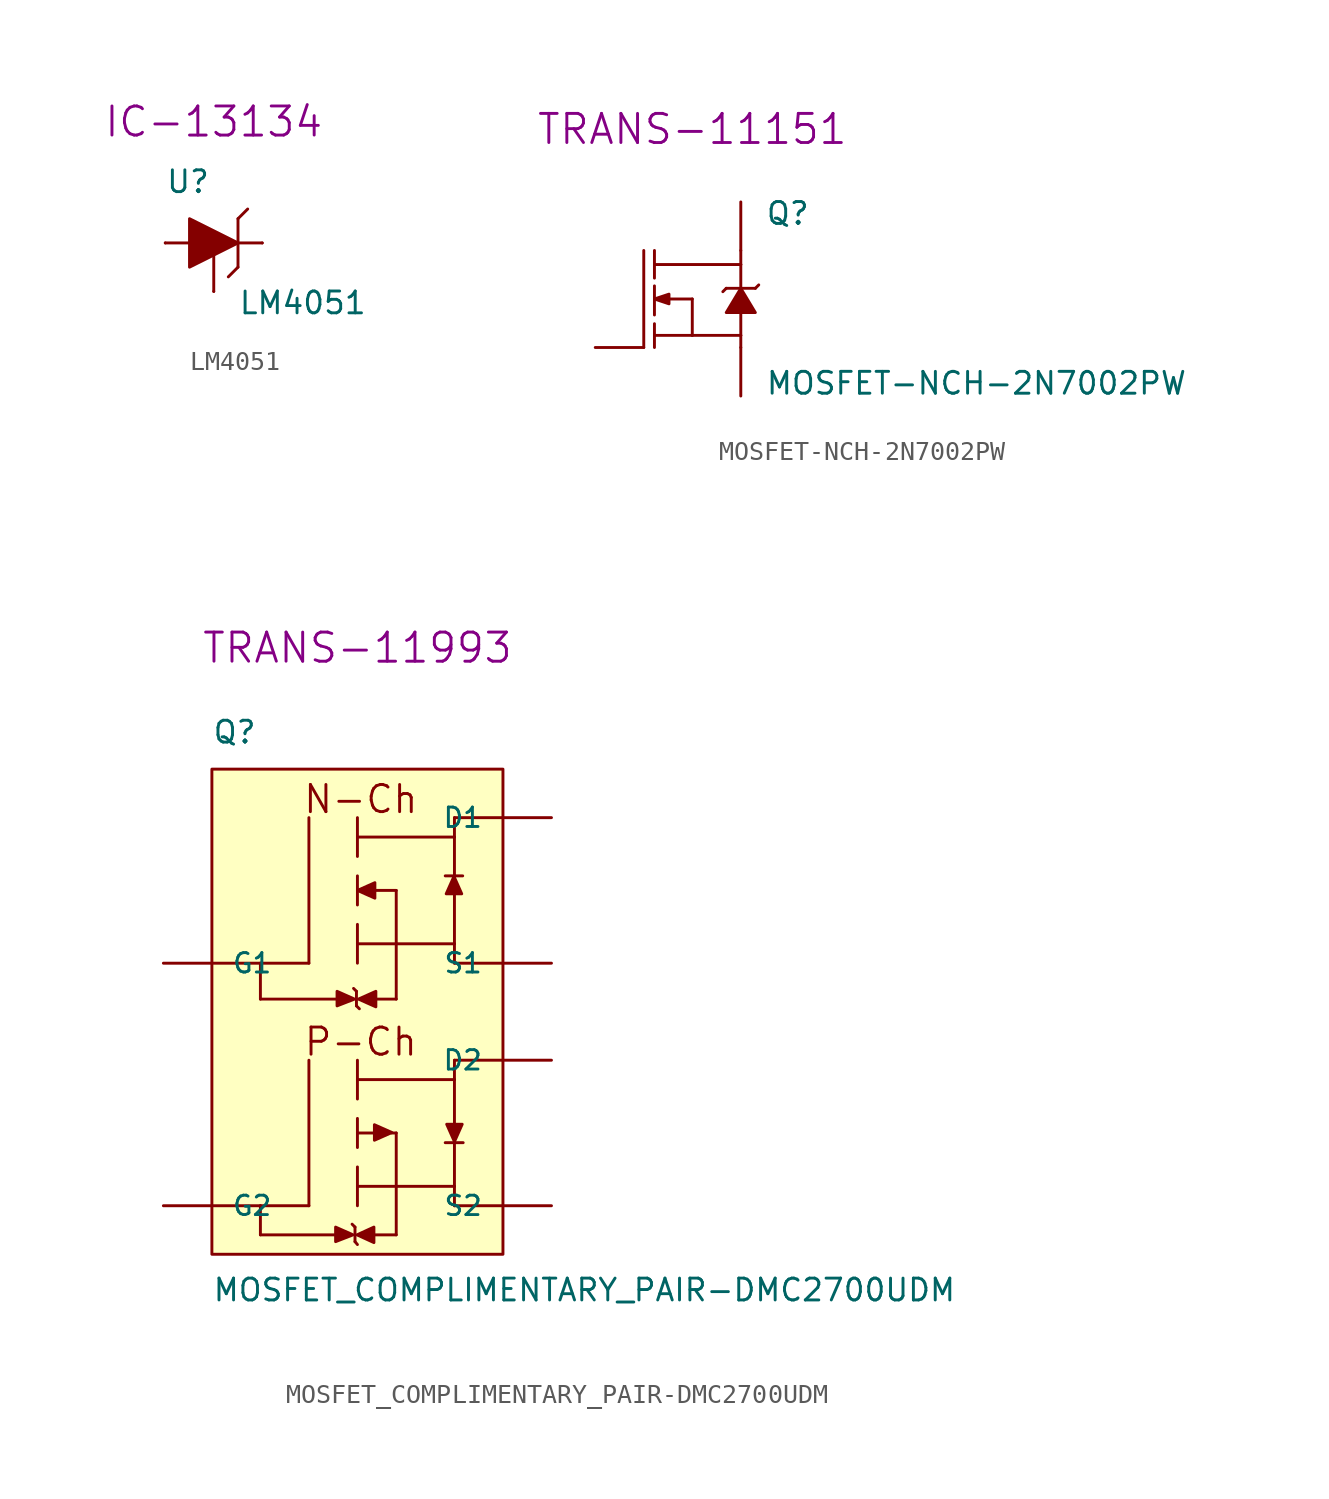
<source format=kicad_sym>
(kicad_symbol_lib
  (version 20201005)
  (generator kicad_symbol_editor)
  (symbol "LM4051"
    (pin_numbers hide)
    (pin_names
      (offset 1.016) hide)
    (property "Reference" "U"
      (at -2.54 2.54 0)
      (effects (font (size 1.143 1.143)) (justify left bottom)))
    (property "Value" "LM4051"
      (at 1.27 -3.81 0)
      (effects (font (size 1.143 1.143)) (justify left bottom)))
    (property "Field4" "IC-13134"
      (at 0 6.35 0)
      (effects (font (size 1.524 1.524))))
    (property "ki_locked" ""
      (at 0 0 0)
      (effects (font (size 1.27 1.27))))
    (symbol "LM4051_1_0"
      (polyline (pts (xy -2.54 0) (xy -1.27 0)) (stroke (width 0)) (fill (type none)))
      (polyline (pts (xy 0 -2.54) (xy 0 -0.66)) (stroke (width 0)) (fill (type none)))
      (polyline (pts (xy 1.27 -1.27) (xy 0.762 -1.778)) (stroke (width 0)) (fill (type none)))
      (polyline (pts (xy 1.27 0) (xy 1.27 -1.27)) (stroke (width 0)) (fill (type none)))
      (polyline (pts (xy 1.27 1.27) (xy 1.27 0)) (stroke (width 0)) (fill (type none)))
      (polyline (pts (xy 1.27 1.27) (xy 1.778 1.778)) (stroke (width 0)) (fill (type none)))
      (polyline (pts (xy 2.54 0) (xy 1.27 0)) (stroke (width 0)) (fill (type none))))
    (symbol "LM4051_1_1"
      (polyline (pts (xy -1.27 -1.27) (xy 1.27 0) (xy 1.27 0) (xy -1.27 1.27) (xy -1.27 1.27) (xy -1.27 -1.27)) (stroke (width 0)) (fill (type outline)))
      (pin bidirectional line (at 0 -2.54 180) (length 0) (name "ADJ" (effects (font (size 1.016 1.016)))) (number "1" (effects (font (size 1.016 1.016)))))
      (pin passive line (at 2.54 0 270) (length 0) (name "C" (effects (font (size 1.016 1.016)))) (number "2" (effects (font (size 1.016 1.016)))))
      (pin passive line (at -2.54 0 90) (length 0) (name "A" (effects (font (size 1.016 1.016)))) (number "3" (effects (font (size 1.016 1.016)))))))
  (symbol "MOSFET-NCH-2N7002PW"
    (pin_numbers hide)
    (pin_names
      (offset 1.016) hide)
    (property "Reference" "Q"
      (at 3.81 3.81 0)
      (effects (font (size 1.143 1.143)) (justify left bottom)))
    (property "Value" "MOSFET-NCH-2N7002PW"
      (at 3.81 -5.08 0)
      (effects (font (size 1.143 1.143)) (justify left bottom)))
    (property "Field4" "TRANS-11151"
      (at 0 8.89 0)
      (effects (font (size 1.524 1.524))))
    (property "ki_locked" ""
      (at 0 0 0)
      (effects (font (size 1.27 1.27))))
    (symbol "MOSFET-NCH-2N7002PW_1_0"
      (polyline (pts (xy -2.54 -2.54) (xy -2.54 2.54)) (stroke (width 0)) (fill (type none)))
      (polyline (pts (xy -1.981 -1.905) (xy -1.981 -2.54)) (stroke (width 0)) (fill (type none)))
      (polyline (pts (xy -1.981 -1.905) (xy 0 -1.905)) (stroke (width 0)) (fill (type none)))
      (polyline (pts (xy -1.981 -1.295) (xy -1.981 -1.905)) (stroke (width 0)) (fill (type none)))
      (polyline (pts (xy -1.981 0.686) (xy -1.981 -0.838)) (stroke (width 0)) (fill (type none)))
      (polyline (pts (xy -1.981 1.803) (xy -1.981 1.092)) (stroke (width 0)) (fill (type none)))
      (polyline (pts (xy -1.981 1.803) (xy 2.54 1.803)) (stroke (width 0)) (fill (type none)))
      (polyline (pts (xy -1.981 2.54) (xy -1.981 1.803)) (stroke (width 0)) (fill (type none)))
      (polyline (pts (xy 0 -1.905) (xy 0 0)) (stroke (width 0)) (fill (type none)))
      (polyline (pts (xy 0 0) (xy -1.219 0)) (stroke (width 0)) (fill (type none)))
      (polyline (pts (xy 1.6 0.381) (xy 1.778 0.559)) (stroke (width 0)) (fill (type none)))
      (polyline (pts (xy 2.54 -2.54) (xy 2.54 -1.905)) (stroke (width 0)) (fill (type none)))
      (polyline (pts (xy 2.54 -1.905) (xy 0 -1.905)) (stroke (width 0)) (fill (type none)))
      (polyline (pts (xy 2.54 -0.711) (xy 2.54 -1.905)) (stroke (width 0)) (fill (type none)))
      (polyline (pts (xy 2.54 0.559) (xy 1.778 0.559)) (stroke (width 0)) (fill (type none)))
      (polyline (pts (xy 2.54 0.559) (xy 3.302 0.559)) (stroke (width 0)) (fill (type none)))
      (polyline (pts (xy 2.54 1.803) (xy 2.54 0.559)) (stroke (width 0)) (fill (type none)))
      (polyline (pts (xy 2.54 2.54) (xy 2.54 1.803)) (stroke (width 0)) (fill (type none)))
      (polyline (pts (xy 3.302 0.559) (xy 3.48 0.737)) (stroke (width 0)) (fill (type none))))
    (symbol "MOSFET-NCH-2N7002PW_1_1"
      (polyline (pts (xy -1.981 0) (xy -1.219 0.254) (xy -1.219 0.254) (xy -1.219 -0.254) (xy -1.219 -0.254) (xy -1.981 0)) (stroke (width 0)) (fill (type outline)))
      (polyline (pts (xy 1.778 -0.711) (xy 2.54 0.559) (xy 2.54 0.559) (xy 3.302 -0.711) (xy 3.302 -0.711) (xy 1.778 -0.711)) (stroke (width 0)) (fill (type outline)))
      (pin bidirectional line (at -5.08 -2.54 0) (length 2.54) (name "G" (effects (font (size 1.016 1.016)))) (number "1" (effects (font (size 1.016 1.016)))))
      (pin bidirectional line (at 2.54 -5.08 90) (length 2.54) (name "S" (effects (font (size 1.016 1.016)))) (number "2" (effects (font (size 1.016 1.016)))))
      (pin bidirectional line (at 2.54 5.08 270) (length 2.54) (name "D" (effects (font (size 1.016 1.016)))) (number "3" (effects (font (size 1.016 1.016)))))))
  (symbol "MOSFET_COMPLIMENTARY_PAIR-DMC2700UDM"
    (pin_numbers hide)
    (pin_names
      (offset 1.016))
    (property "Reference" "Q"
      (at -7.62 13.97 0)
      (effects (font (size 1.143 1.143)) (justify left bottom)))
    (property "Value" "MOSFET_COMPLIMENTARY_PAIR-DMC2700UDM"
      (at -7.62 -15.24 0)
      (effects (font (size 1.143 1.143)) (justify left bottom)))
    (property "Field4" "TRANS-11993"
      (at 0 19.05 0)
      (effects (font (size 1.524 1.524))))
    (property "ki_locked" ""
      (at 0 0 0)
      (effects (font (size 1.27 1.27))))
    (symbol "MOSFET_COMPLIMENTARY_PAIR-DMC2700UDM_1_0"
      (text "N-Ch" (at 0.178 11.125 0) (effects (font (size 1.422 1.422))))
      (text "P-Ch" (at 0.178 -1.575 0) (effects (font (size 1.422 1.422))))
      (polyline (pts (xy -7.62 -10.16) (xy -5.08 -10.16)) (stroke (width 0)) (fill (type none)))
      (polyline (pts (xy -5.08 -10.16) (xy -5.08 -11.684)) (stroke (width 0)) (fill (type none)))
      (polyline (pts (xy -5.08 -10.16) (xy -2.54 -10.16)) (stroke (width 0)) (fill (type none)))
      (polyline (pts (xy -5.08 2.54) (xy -7.62 2.54)) (stroke (width 0)) (fill (type none)))
      (polyline (pts (xy -5.08 2.54) (xy -5.08 0.66)) (stroke (width 0)) (fill (type none)))
      (polyline (pts (xy -2.54 -10.16) (xy -2.54 -2.54)) (stroke (width 0)) (fill (type none)))
      (polyline (pts (xy -2.54 2.54) (xy -5.08 2.54)) (stroke (width 0)) (fill (type none)))
      (polyline (pts (xy -2.54 2.54) (xy -2.54 10.16)) (stroke (width 0)) (fill (type none)))
      (polyline (pts (xy -1.168 -11.684) (xy -5.08 -11.684)) (stroke (width 0)) (fill (type none)))
      (polyline (pts (xy -1.067 0.66) (xy -5.08 0.66)) (stroke (width 0)) (fill (type none)))
      (polyline (pts (xy -0.127 -12.04) (xy 0 -12.192)) (stroke (width 0)) (fill (type none)))
      (polyline (pts (xy -0.127 -11.278) (xy -0.279 -11.125)) (stroke (width 0)) (fill (type none)))
      (polyline (pts (xy -0.127 -11.278) (xy -0.127 -12.04)) (stroke (width 0)) (fill (type none)))
      (polyline (pts (xy -0.051 0.305) (xy 0.102 0.152)) (stroke (width 0)) (fill (type none)))
      (polyline (pts (xy -0.051 1.067) (xy -0.203 1.219)) (stroke (width 0)) (fill (type none)))
      (polyline (pts (xy -0.051 1.067) (xy -0.051 0.305)) (stroke (width 0)) (fill (type none)))
      (polyline (pts (xy 0 -9.144) (xy 0 -10.16)) (stroke (width 0)) (fill (type none)))
      (polyline (pts (xy 0 -9.144) (xy 2.032 -9.144)) (stroke (width 0)) (fill (type none)))
      (polyline (pts (xy 0 -8.128) (xy 0 -9.144)) (stroke (width 0)) (fill (type none)))
      (polyline (pts (xy 0 -6.35) (xy 0 -7.112)) (stroke (width 0)) (fill (type none)))
      (polyline (pts (xy 0 -5.588) (xy 0 -6.35)) (stroke (width 0)) (fill (type none)))
      (polyline (pts (xy 0 -3.556) (xy 0 -4.572)) (stroke (width 0)) (fill (type none)))
      (polyline (pts (xy 0 -3.556) (xy 5.08 -3.556)) (stroke (width 0)) (fill (type none)))
      (polyline (pts (xy 0 -2.54) (xy 0 -3.556)) (stroke (width 0)) (fill (type none)))
      (polyline (pts (xy 0 3.556) (xy 0 2.54)) (stroke (width 0)) (fill (type none)))
      (polyline (pts (xy 0 3.556) (xy 2.032 3.556)) (stroke (width 0)) (fill (type none)))
      (polyline (pts (xy 0 4.572) (xy 0 3.556)) (stroke (width 0)) (fill (type none)))
      (polyline (pts (xy 0 7.112) (xy 0 5.588)) (stroke (width 0)) (fill (type none)))
      (polyline (pts (xy 0 9.144) (xy 0 8.128)) (stroke (width 0)) (fill (type none)))
      (polyline (pts (xy 0 9.144) (xy 5.08 9.144)) (stroke (width 0)) (fill (type none)))
      (polyline (pts (xy 0 10.16) (xy 0 9.144)) (stroke (width 0)) (fill (type none)))
      (polyline (pts (xy 0.889 -11.684) (xy 2.032 -11.684)) (stroke (width 0)) (fill (type none)))
      (polyline (pts (xy 0.965 0.66) (xy 2.032 0.66)) (stroke (width 0)) (fill (type none)))
      (polyline (pts (xy 1.27 -6.35) (xy 0 -6.35)) (stroke (width 0)) (fill (type none)))
      (polyline (pts (xy 2.032 -9.144) (xy 2.032 -11.684)) (stroke (width 0)) (fill (type none)))
      (polyline (pts (xy 2.032 -9.144) (xy 2.032 -6.35)) (stroke (width 0)) (fill (type none)))
      (polyline (pts (xy 2.032 -6.35) (xy 1.778 -6.35)) (stroke (width 0)) (fill (type none)))
      (polyline (pts (xy 2.032 3.556) (xy 2.032 0.66)) (stroke (width 0)) (fill (type none)))
      (polyline (pts (xy 2.032 3.556) (xy 2.032 6.35)) (stroke (width 0)) (fill (type none)))
      (polyline (pts (xy 2.032 6.35) (xy 0.914 6.35)) (stroke (width 0)) (fill (type none)))
      (polyline (pts (xy 4.597 -6.858) (xy 5.08 -6.858)) (stroke (width 0)) (fill (type none)))
      (polyline (pts (xy 5.08 -10.16) (xy 5.08 -9.144)) (stroke (width 0)) (fill (type none)))
      (polyline (pts (xy 5.08 -9.144) (xy 2.032 -9.144)) (stroke (width 0)) (fill (type none)))
      (polyline (pts (xy 5.08 -6.858) (xy 5.08 -9.144)) (stroke (width 0)) (fill (type none)))
      (polyline (pts (xy 5.08 -6.858) (xy 5.537 -6.858)) (stroke (width 0)) (fill (type none)))
      (polyline (pts (xy 5.08 -3.556) (xy 5.08 -5.867)) (stroke (width 0)) (fill (type none)))
      (polyline (pts (xy 5.08 -2.54) (xy 5.08 -3.556)) (stroke (width 0)) (fill (type none)))
      (polyline (pts (xy 5.08 2.54) (xy 5.08 3.556)) (stroke (width 0)) (fill (type none)))
      (polyline (pts (xy 5.08 3.556) (xy 2.032 3.556)) (stroke (width 0)) (fill (type none)))
      (polyline (pts (xy 5.08 6.121) (xy 5.08 3.556)) (stroke (width 0)) (fill (type none)))
      (polyline (pts (xy 5.08 7.112) (xy 4.597 7.112)) (stroke (width 0)) (fill (type none)))
      (polyline (pts (xy 5.08 7.112) (xy 5.512 7.112)) (stroke (width 0)) (fill (type none)))
      (polyline (pts (xy 5.08 9.144) (xy 5.08 7.112)) (stroke (width 0)) (fill (type none)))
      (polyline (pts (xy 5.08 10.16) (xy 5.08 9.144)) (stroke (width 0)) (fill (type none)))
      (polyline (pts (xy 7.62 -10.16) (xy 5.08 -10.16)) (stroke (width 0)) (fill (type none)))
      (polyline (pts (xy 7.62 -2.54) (xy 5.08 -2.54)) (stroke (width 0)) (fill (type none)))
      (polyline (pts (xy 7.62 2.54) (xy 5.08 2.54)) (stroke (width 0)) (fill (type none)))
      (polyline (pts (xy 7.62 10.16) (xy 5.08 10.16)) (stroke (width 0)) (fill (type none))))
    (symbol "MOSFET_COMPLIMENTARY_PAIR-DMC2700UDM_1_1"
      (polyline (pts (xy -0.229 -11.684) (xy -1.143 -12.04) (xy -1.143 -12.04) (xy -1.143 -11.278) (xy -1.143 -11.278) (xy -0.229 -11.684)) (stroke (width 0)) (fill (type outline)))
      (polyline (pts (xy -0.152 0.66) (xy -1.067 0.305) (xy -1.067 0.305) (xy -1.067 1.067) (xy -1.067 1.067) (xy -0.152 0.66)) (stroke (width 0)) (fill (type outline)))
      (polyline (pts (xy -0.025 -11.684) (xy 0.864 -11.278) (xy 0.864 -11.278) (xy 0.864 -12.09) (xy 0.864 -12.09) (xy -0.025 -11.684)) (stroke (width 0)) (fill (type outline)))
      (polyline (pts (xy 0 6.35) (xy 0.914 6.756) (xy 0.914 6.756) (xy 0.914 5.944) (xy 0.914 5.944) (xy 0 6.35)) (stroke (width 0)) (fill (type outline)))
      (polyline (pts (xy 0.051 0.66) (xy 0.965 1.067) (xy 0.965 1.067) (xy 0.965 0.254) (xy 0.965 0.254) (xy 0.051 0.66)) (stroke (width 0)) (fill (type outline)))
      (polyline (pts (xy 1.803 -6.325) (xy 0.889 -6.731) (xy 0.889 -6.731) (xy 0.889 -5.918) (xy 0.889 -5.918) (xy 1.803 -6.325)) (stroke (width 0)) (fill (type outline)))
      (polyline (pts (xy 5.055 7.087) (xy 5.461 6.172) (xy 5.461 6.172) (xy 4.648 6.172) (xy 4.648 6.172) (xy 5.055 7.087)) (stroke (width 0)) (fill (type outline)))
      (polyline (pts (xy 5.08 -6.807) (xy 4.674 -5.893) (xy 4.674 -5.893) (xy 5.486 -5.893) (xy 5.486 -5.893) (xy 5.08 -6.807)) (stroke (width 0)) (fill (type outline)))
      (polyline (pts (xy -7.62 12.7) (xy -7.62 2.54) (xy -7.62 -10.16) (xy -7.62 -12.7) (xy 7.62 -12.7) (xy 7.62 -10.16) (xy 7.62 -2.54) (xy 7.62 2.54) (xy 7.62 10.16) (xy 7.62 12.7) (xy -7.62 12.7)) (stroke (width 0)) (fill (type background)))
      (pin bidirectional line (at 10.16 10.16 180) (length 2.54) (name "D1" (effects (font (size 1.016 1.016)))) (number "D1" (effects (font (size 1.016 1.016)))))
      (pin bidirectional line (at -10.16 2.54 0) (length 2.54) (name "G1" (effects (font (size 1.016 1.016)))) (number "G1" (effects (font (size 1.016 1.016)))))
      (pin bidirectional line (at 10.16 2.54 180) (length 2.54) (name "S1" (effects (font (size 1.016 1.016)))) (number "S1" (effects (font (size 1.016 1.016)))))
      (pin bidirectional line (at 10.16 -2.54 180) (length 2.54) (name "D2" (effects (font (size 1.016 1.016)))) (number "D2" (effects (font (size 1.016 1.016)))))
      (pin bidirectional line (at -10.16 -10.16 0) (length 2.54) (name "G2" (effects (font (size 1.016 1.016)))) (number "G2" (effects (font (size 1.016 1.016)))))
      (pin bidirectional line (at 10.16 -10.16 180) (length 2.54) (name "S2" (effects (font (size 1.016 1.016)))) (number "S2" (effects (font (size 1.016 1.016))))))))
</source>
